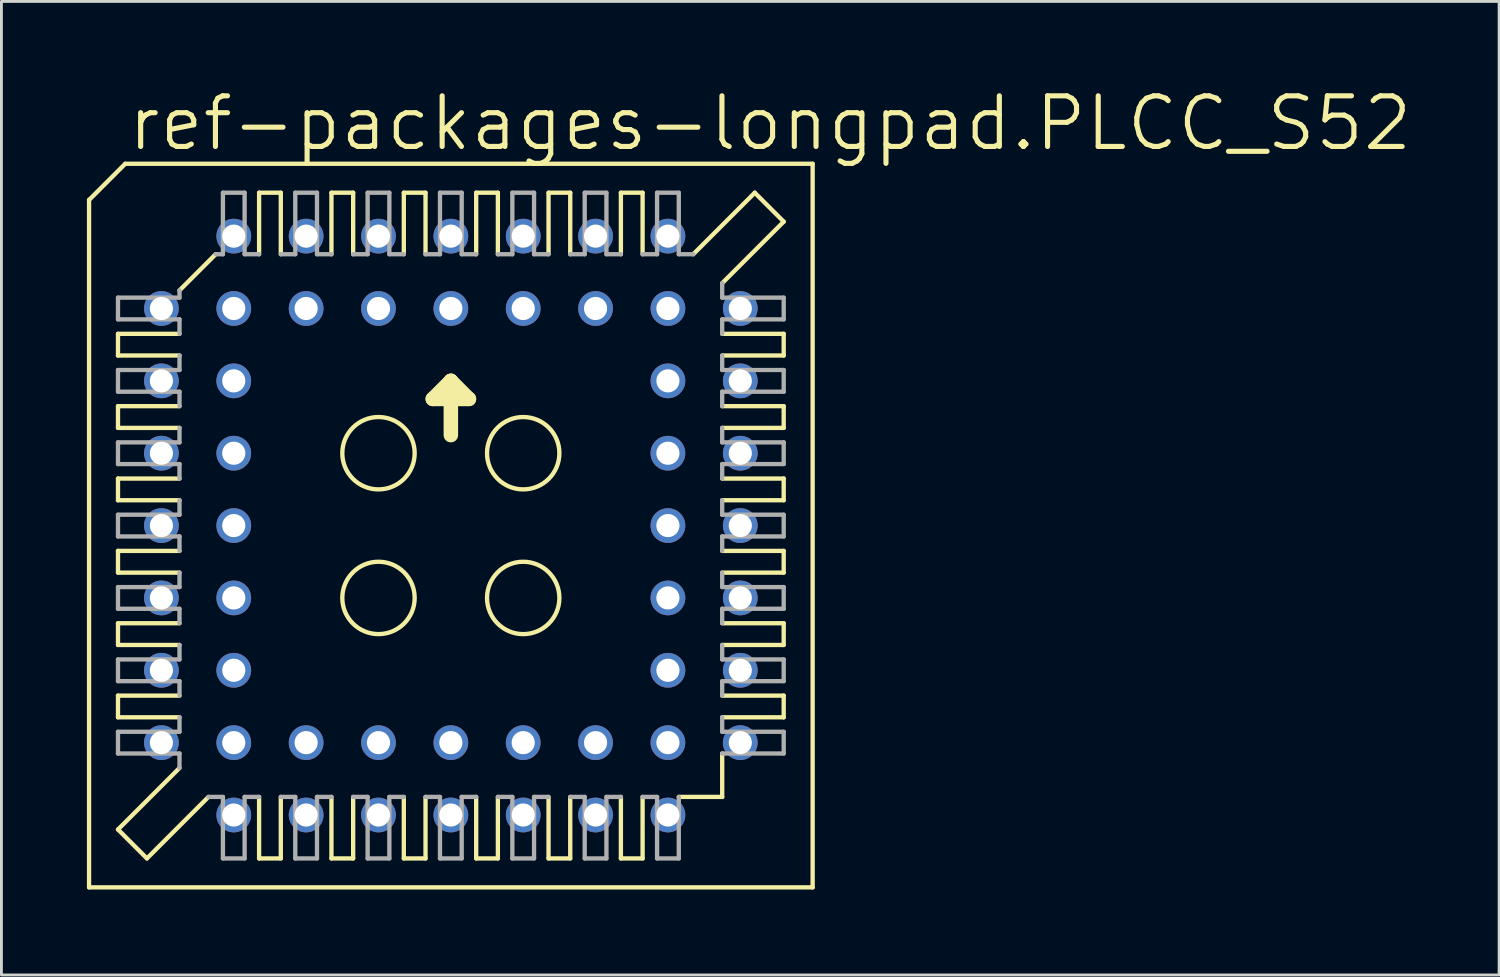
<source format=kicad_pcb>
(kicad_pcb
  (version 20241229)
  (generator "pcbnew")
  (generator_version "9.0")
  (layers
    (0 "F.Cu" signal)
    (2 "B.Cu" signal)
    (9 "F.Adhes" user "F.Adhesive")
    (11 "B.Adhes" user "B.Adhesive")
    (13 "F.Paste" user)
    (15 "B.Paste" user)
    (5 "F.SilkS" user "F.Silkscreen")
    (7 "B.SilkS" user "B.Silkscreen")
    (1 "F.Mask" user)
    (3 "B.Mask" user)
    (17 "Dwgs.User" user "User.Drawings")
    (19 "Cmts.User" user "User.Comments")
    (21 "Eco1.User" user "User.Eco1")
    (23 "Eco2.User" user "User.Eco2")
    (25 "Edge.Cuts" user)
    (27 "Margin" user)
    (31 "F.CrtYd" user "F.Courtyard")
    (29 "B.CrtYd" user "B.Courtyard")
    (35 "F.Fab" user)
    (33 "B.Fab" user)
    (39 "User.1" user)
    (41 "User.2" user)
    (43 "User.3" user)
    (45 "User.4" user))
  (footprint "ref-packages-longpad.PLCC_S52"
    (layer "F.Cu")
    (at 12.776 15.399)
    (property "Reference" "ref-packages-longpad.PLCC_S52" (at -11.43 -13.081 0) (layer "F.SilkS") (effects (font (size 1.778 1.778) (thickness 0.18)) (justify left bottom)))
    (attr through_hole)
    (fp_line (start -12.7 -11.43) (end -12.7 12.7) (stroke (width 0.152) (type default)) (layer "F.SilkS"))
    (fp_line (start -11.684 -6.731) (end -11.684 -5.969) (stroke (width 0.152) (type default)) (layer "F.SilkS"))
    (fp_line (start -11.684 -6.731) (end -9.525 -6.731) (stroke (width 0.152) (type default)) (layer "F.SilkS"))
    (fp_line (start -11.684 -4.191) (end -11.684 -3.429) (stroke (width 0.152) (type default)) (layer "F.SilkS"))
    (fp_line (start -11.684 -4.191) (end -9.525 -4.191) (stroke (width 0.152) (type default)) (layer "F.SilkS"))
    (fp_line (start -11.684 -0.889) (end -11.684 -1.651) (stroke (width 0.152) (type default)) (layer "F.SilkS"))
    (fp_line (start -11.684 -0.889) (end -9.525 -0.889) (stroke (width 0.152) (type default)) (layer "F.SilkS"))
    (fp_line (start -11.684 1.651) (end -11.684 0.889) (stroke (width 0.152) (type default)) (layer "F.SilkS"))
    (fp_line (start -11.684 1.651) (end -9.525 1.651) (stroke (width 0.152) (type default)) (layer "F.SilkS"))
    (fp_line (start -11.684 4.191) (end -11.684 3.429) (stroke (width 0.152) (type default)) (layer "F.SilkS"))
    (fp_line (start -11.684 4.191) (end -9.525 4.191) (stroke (width 0.152) (type default)) (layer "F.SilkS"))
    (fp_line (start -11.684 5.969) (end -11.684 6.731) (stroke (width 0.152) (type default)) (layer "F.SilkS"))
    (fp_line (start -11.684 5.969) (end -9.525 5.969) (stroke (width 0.152) (type default)) (layer "F.SilkS"))
    (fp_line (start -11.684 10.668) (end -9.525 8.509) (stroke (width 0.152) (type default)) (layer "F.SilkS"))
    (fp_line (start -11.43 -12.7) (end -12.7 -11.43) (stroke (width 0.152) (type default)) (layer "F.SilkS"))
    (fp_line (start -10.668 11.684) (end -11.684 10.668) (stroke (width 0.152) (type default)) (layer "F.SilkS"))
    (fp_line (start -10.668 11.684) (end -8.509 9.525) (stroke (width 0.152) (type default)) (layer "F.SilkS"))
    (fp_line (start -9.525 -8.255) (end -8.255 -9.525) (stroke (width 0.152) (type default)) (layer "F.SilkS"))
    (fp_line (start -9.525 -5.969) (end -11.684 -5.969) (stroke (width 0.152) (type default)) (layer "F.SilkS"))
    (fp_line (start -9.525 -3.429) (end -11.684 -3.429) (stroke (width 0.152) (type default)) (layer "F.SilkS"))
    (fp_line (start -9.525 -1.651) (end -11.684 -1.651) (stroke (width 0.152) (type default)) (layer "F.SilkS"))
    (fp_line (start -9.525 0.889) (end -11.684 0.889) (stroke (width 0.152) (type default)) (layer "F.SilkS"))
    (fp_line (start -9.525 3.429) (end -11.684 3.429) (stroke (width 0.152) (type default)) (layer "F.SilkS"))
    (fp_line (start -9.525 6.731) (end -11.684 6.731) (stroke (width 0.152) (type default)) (layer "F.SilkS"))
    (fp_line (start -6.731 -9.525) (end -6.731 -11.684) (stroke (width 0.152) (type default)) (layer "F.SilkS"))
    (fp_line (start -6.731 11.684) (end -6.731 9.525) (stroke (width 0.152) (type default)) (layer "F.SilkS"))
    (fp_line (start -6.731 11.684) (end -5.969 11.684) (stroke (width 0.152) (type default)) (layer "F.SilkS"))
    (fp_line (start -5.969 -11.684) (end -6.731 -11.684) (stroke (width 0.152) (type default)) (layer "F.SilkS"))
    (fp_line (start -5.969 -11.684) (end -5.969 -9.525) (stroke (width 0.152) (type default)) (layer "F.SilkS"))
    (fp_line (start -5.969 9.525) (end -5.969 11.684) (stroke (width 0.152) (type default)) (layer "F.SilkS"))
    (fp_line (start -4.191 -9.525) (end -4.191 -11.684) (stroke (width 0.152) (type default)) (layer "F.SilkS"))
    (fp_line (start -4.191 11.684) (end -4.191 9.525) (stroke (width 0.152) (type default)) (layer "F.SilkS"))
    (fp_line (start -4.191 11.684) (end -3.429 11.684) (stroke (width 0.152) (type default)) (layer "F.SilkS"))
    (fp_line (start -3.429 -11.684) (end -4.191 -11.684) (stroke (width 0.152) (type default)) (layer "F.SilkS"))
    (fp_line (start -3.429 -11.684) (end -3.429 -9.525) (stroke (width 0.152) (type default)) (layer "F.SilkS"))
    (fp_line (start -3.429 9.525) (end -3.429 11.684) (stroke (width 0.152) (type default)) (layer "F.SilkS"))
    (fp_line (start -1.651 -9.525) (end -1.651 -11.684) (stroke (width 0.152) (type default)) (layer "F.SilkS"))
    (fp_line (start -1.651 11.684) (end -1.651 9.525) (stroke (width 0.152) (type default)) (layer "F.SilkS"))
    (fp_line (start -1.651 11.684) (end -0.889 11.684) (stroke (width 0.152) (type default)) (layer "F.SilkS"))
    (fp_line (start -0.889 -11.684) (end -1.651 -11.684) (stroke (width 0.152) (type default)) (layer "F.SilkS"))
    (fp_line (start -0.889 -11.684) (end -0.889 -9.525) (stroke (width 0.152) (type default)) (layer "F.SilkS"))
    (fp_line (start -0.889 9.525) (end -0.889 11.684) (stroke (width 0.152) (type default)) (layer "F.SilkS"))
    (fp_line (start -0.635 -4.445) (end 0 -5.08) (stroke (width 0.508) (type default)) (layer "F.SilkS"))
    (fp_line (start 0 -5.08) (end 0 -3.175) (stroke (width 0.508) (type default)) (layer "F.SilkS"))
    (fp_line (start 0 -5.08) (end 0.635 -4.445) (stroke (width 0.508) (type default)) (layer "F.SilkS"))
    (fp_line (start 0.635 -4.445) (end -0.635 -4.445) (stroke (width 0.508) (type default)) (layer "F.SilkS"))
    (fp_line (start 0.889 -9.525) (end 0.889 -11.684) (stroke (width 0.152) (type default)) (layer "F.SilkS"))
    (fp_line (start 0.889 11.684) (end 0.889 9.525) (stroke (width 0.152) (type default)) (layer "F.SilkS"))
    (fp_line (start 0.889 11.684) (end 1.651 11.684) (stroke (width 0.152) (type default)) (layer "F.SilkS"))
    (fp_line (start 1.651 -11.684) (end 0.889 -11.684) (stroke (width 0.152) (type default)) (layer "F.SilkS"))
    (fp_line (start 1.651 -11.684) (end 1.651 -9.525) (stroke (width 0.152) (type default)) (layer "F.SilkS"))
    (fp_line (start 1.651 9.525) (end 1.651 11.684) (stroke (width 0.152) (type default)) (layer "F.SilkS"))
    (fp_line (start 3.429 -9.525) (end 3.429 -11.684) (stroke (width 0.152) (type default)) (layer "F.SilkS"))
    (fp_line (start 3.429 11.684) (end 3.429 9.525) (stroke (width 0.152) (type default)) (layer "F.SilkS"))
    (fp_line (start 3.429 11.684) (end 4.191 11.684) (stroke (width 0.152) (type default)) (layer "F.SilkS"))
    (fp_line (start 4.191 -11.684) (end 3.429 -11.684) (stroke (width 0.152) (type default)) (layer "F.SilkS"))
    (fp_line (start 4.191 -11.684) (end 4.191 -9.525) (stroke (width 0.152) (type default)) (layer "F.SilkS"))
    (fp_line (start 4.191 9.525) (end 4.191 11.684) (stroke (width 0.152) (type default)) (layer "F.SilkS"))
    (fp_line (start 5.969 -9.525) (end 5.969 -11.684) (stroke (width 0.152) (type default)) (layer "F.SilkS"))
    (fp_line (start 5.969 11.684) (end 5.969 9.525) (stroke (width 0.152) (type default)) (layer "F.SilkS"))
    (fp_line (start 5.969 11.684) (end 6.731 11.684) (stroke (width 0.152) (type default)) (layer "F.SilkS"))
    (fp_line (start 6.731 -11.684) (end 5.969 -11.684) (stroke (width 0.152) (type default)) (layer "F.SilkS"))
    (fp_line (start 6.731 -11.684) (end 6.731 -9.525) (stroke (width 0.152) (type default)) (layer "F.SilkS"))
    (fp_line (start 6.731 9.525) (end 6.731 11.684) (stroke (width 0.152) (type default)) (layer "F.SilkS"))
    (fp_line (start 8.001 9.525) (end 9.525 9.525) (stroke (width 0.152) (type default)) (layer "F.SilkS"))
    (fp_line (start 9.525 -6.731) (end 11.684 -6.731) (stroke (width 0.152) (type default)) (layer "F.SilkS"))
    (fp_line (start 9.525 -3.429) (end 11.684 -3.429) (stroke (width 0.152) (type default)) (layer "F.SilkS"))
    (fp_line (start 9.525 -0.889) (end 11.684 -0.889) (stroke (width 0.152) (type default)) (layer "F.SilkS"))
    (fp_line (start 9.525 1.651) (end 11.684 1.651) (stroke (width 0.152) (type default)) (layer "F.SilkS"))
    (fp_line (start 9.525 3.429) (end 11.684 3.429) (stroke (width 0.152) (type default)) (layer "F.SilkS"))
    (fp_line (start 9.525 5.969) (end 11.684 5.969) (stroke (width 0.152) (type default)) (layer "F.SilkS"))
    (fp_line (start 9.525 9.525) (end 9.525 8.001) (stroke (width 0.152) (type default)) (layer "F.SilkS"))
    (fp_line (start 10.668 -11.684) (end 8.509 -9.525) (stroke (width 0.152) (type default)) (layer "F.SilkS"))
    (fp_line (start 11.684 -10.668) (end 9.525 -8.509) (stroke (width 0.152) (type default)) (layer "F.SilkS"))
    (fp_line (start 11.684 -10.668) (end 10.668 -11.684) (stroke (width 0.152) (type default)) (layer "F.SilkS"))
    (fp_line (start 11.684 -5.969) (end 9.525 -5.969) (stroke (width 0.152) (type default)) (layer "F.SilkS"))
    (fp_line (start 11.684 -5.969) (end 11.684 -6.731) (stroke (width 0.152) (type default)) (layer "F.SilkS"))
    (fp_line (start 11.684 -4.191) (end 9.525 -4.191) (stroke (width 0.152) (type default)) (layer "F.SilkS"))
    (fp_line (start 11.684 -4.191) (end 11.684 -3.429) (stroke (width 0.152) (type default)) (layer "F.SilkS"))
    (fp_line (start 11.684 -1.651) (end 9.525 -1.651) (stroke (width 0.152) (type default)) (layer "F.SilkS"))
    (fp_line (start 11.684 -1.651) (end 11.684 -0.889) (stroke (width 0.152) (type default)) (layer "F.SilkS"))
    (fp_line (start 11.684 0.889) (end 9.525 0.889) (stroke (width 0.152) (type default)) (layer "F.SilkS"))
    (fp_line (start 11.684 0.889) (end 11.684 1.651) (stroke (width 0.152) (type default)) (layer "F.SilkS"))
    (fp_line (start 11.684 4.191) (end 9.525 4.191) (stroke (width 0.152) (type default)) (layer "F.SilkS"))
    (fp_line (start 11.684 4.191) (end 11.684 3.429) (stroke (width 0.152) (type default)) (layer "F.SilkS"))
    (fp_line (start 11.684 6.731) (end 9.525 6.731) (stroke (width 0.152) (type default)) (layer "F.SilkS"))
    (fp_line (start 11.684 6.731) (end 11.684 5.969) (stroke (width 0.152) (type default)) (layer "F.SilkS"))
    (fp_line (start 12.7 -12.7) (end -11.43 -12.7) (stroke (width 0.152) (type default)) (layer "F.SilkS"))
    (fp_line (start 12.7 12.7) (end -12.7 12.7) (stroke (width 0.152) (type default)) (layer "F.SilkS"))
    (fp_line (start 12.7 12.7) (end 12.7 -12.7) (stroke (width 0.152) (type default)) (layer "F.SilkS"))
    (fp_circle (center -2.54 -2.54) (end -1.27 -2.54) (stroke (width 0.152) (type default)) (fill no) (layer "F.SilkS"))
    (fp_circle (center -2.54 2.54) (end -1.27 2.54) (stroke (width 0.152) (type default)) (fill no) (layer "F.SilkS"))
    (fp_circle (center 2.54 -2.54) (end 3.81 -2.54) (stroke (width 0.152) (type default)) (fill no) (layer "F.SilkS"))
    (fp_circle (center 2.54 2.54) (end 3.81 2.54) (stroke (width 0.152) (type default)) (fill no) (layer "F.SilkS"))
    (fp_line (start -11.684 -8.001) (end -11.684 -7.239) (stroke (width 0.152) (type default)) (layer "F.Fab"))
    (fp_line (start -11.684 -8.001) (end -9.525 -8.001) (stroke (width 0.152) (type default)) (layer "F.Fab"))
    (fp_line (start -11.684 -5.461) (end -11.684 -4.699) (stroke (width 0.152) (type default)) (layer "F.Fab"))
    (fp_line (start -11.684 -5.461) (end -9.525 -5.461) (stroke (width 0.152) (type default)) (layer "F.Fab"))
    (fp_line (start -11.684 -2.921) (end -11.684 -2.159) (stroke (width 0.152) (type default)) (layer "F.Fab"))
    (fp_line (start -11.684 -2.921) (end -9.525 -2.921) (stroke (width 0.152) (type default)) (layer "F.Fab"))
    (fp_line (start -11.684 0.381) (end -11.684 -0.381) (stroke (width 0.152) (type default)) (layer "F.Fab"))
    (fp_line (start -11.684 0.381) (end -9.525 0.381) (stroke (width 0.152) (type default)) (layer "F.Fab"))
    (fp_line (start -11.684 2.921) (end -11.684 2.159) (stroke (width 0.152) (type default)) (layer "F.Fab"))
    (fp_line (start -11.684 2.921) (end -9.525 2.921) (stroke (width 0.152) (type default)) (layer "F.Fab"))
    (fp_line (start -11.684 5.461) (end -11.684 4.699) (stroke (width 0.152) (type default)) (layer "F.Fab"))
    (fp_line (start -11.684 5.461) (end -9.525 5.461) (stroke (width 0.152) (type default)) (layer "F.Fab"))
    (fp_line (start -11.684 8.001) (end -11.684 7.239) (stroke (width 0.152) (type default)) (layer "F.Fab"))
    (fp_line (start -11.684 8.001) (end -9.525 8.001) (stroke (width 0.152) (type default)) (layer "F.Fab"))
    (fp_line (start -9.525 -8.001) (end -9.525 -8.255) (stroke (width 0.152) (type default)) (layer "F.Fab"))
    (fp_line (start -9.525 -7.239) (end -11.684 -7.239) (stroke (width 0.152) (type default)) (layer "F.Fab"))
    (fp_line (start -9.525 -7.239) (end -9.525 -6.731) (stroke (width 0.152) (type default)) (layer "F.Fab"))
    (fp_line (start -9.525 -5.969) (end -9.525 -5.461) (stroke (width 0.152) (type default)) (layer "F.Fab"))
    (fp_line (start -9.525 -4.699) (end -11.684 -4.699) (stroke (width 0.152) (type default)) (layer "F.Fab"))
    (fp_line (start -9.525 -4.699) (end -9.525 -4.191) (stroke (width 0.152) (type default)) (layer "F.Fab"))
    (fp_line (start -9.525 -3.429) (end -9.525 -2.921) (stroke (width 0.152) (type default)) (layer "F.Fab"))
    (fp_line (start -9.525 -2.159) (end -11.684 -2.159) (stroke (width 0.152) (type default)) (layer "F.Fab"))
    (fp_line (start -9.525 -2.159) (end -9.525 -1.651) (stroke (width 0.152) (type default)) (layer "F.Fab"))
    (fp_line (start -9.525 -0.381) (end -11.684 -0.381) (stroke (width 0.152) (type default)) (layer "F.Fab"))
    (fp_line (start -9.525 -0.381) (end -9.525 -0.889) (stroke (width 0.152) (type default)) (layer "F.Fab"))
    (fp_line (start -9.525 0.889) (end -9.525 0.381) (stroke (width 0.152) (type default)) (layer "F.Fab"))
    (fp_line (start -9.525 2.159) (end -11.684 2.159) (stroke (width 0.152) (type default)) (layer "F.Fab"))
    (fp_line (start -9.525 2.159) (end -9.525 1.651) (stroke (width 0.152) (type default)) (layer "F.Fab"))
    (fp_line (start -9.525 3.429) (end -9.525 2.921) (stroke (width 0.152) (type default)) (layer "F.Fab"))
    (fp_line (start -9.525 4.699) (end -11.684 4.699) (stroke (width 0.152) (type default)) (layer "F.Fab"))
    (fp_line (start -9.525 4.699) (end -9.525 4.191) (stroke (width 0.152) (type default)) (layer "F.Fab"))
    (fp_line (start -9.525 5.461) (end -9.525 5.969) (stroke (width 0.152) (type default)) (layer "F.Fab"))
    (fp_line (start -9.525 6.731) (end -9.525 7.239) (stroke (width 0.152) (type default)) (layer "F.Fab"))
    (fp_line (start -9.525 7.239) (end -11.684 7.239) (stroke (width 0.152) (type default)) (layer "F.Fab"))
    (fp_line (start -9.525 8.509) (end -9.525 8.001) (stroke (width 0.152) (type default)) (layer "F.Fab"))
    (fp_line (start -8.509 9.525) (end -8.001 9.525) (stroke (width 0.152) (type default)) (layer "F.Fab"))
    (fp_line (start -8.255 -9.525) (end -8.001 -9.525) (stroke (width 0.152) (type default)) (layer "F.Fab"))
    (fp_line (start -8.001 -9.525) (end -8.001 -11.684) (stroke (width 0.152) (type default)) (layer "F.Fab"))
    (fp_line (start -8.001 11.684) (end -8.001 9.525) (stroke (width 0.152) (type default)) (layer "F.Fab"))
    (fp_line (start -8.001 11.684) (end -7.239 11.684) (stroke (width 0.152) (type default)) (layer "F.Fab"))
    (fp_line (start -7.239 -11.684) (end -8.001 -11.684) (stroke (width 0.152) (type default)) (layer "F.Fab"))
    (fp_line (start -7.239 -11.684) (end -7.239 -9.525) (stroke (width 0.152) (type default)) (layer "F.Fab"))
    (fp_line (start -7.239 9.525) (end -7.239 11.684) (stroke (width 0.152) (type default)) (layer "F.Fab"))
    (fp_line (start -7.239 9.525) (end -6.731 9.525) (stroke (width 0.152) (type default)) (layer "F.Fab"))
    (fp_line (start -6.731 -9.525) (end -7.239 -9.525) (stroke (width 0.152) (type default)) (layer "F.Fab"))
    (fp_line (start -5.969 9.525) (end -5.461 9.525) (stroke (width 0.152) (type default)) (layer "F.Fab"))
    (fp_line (start -5.461 -9.525) (end -5.969 -9.525) (stroke (width 0.152) (type default)) (layer "F.Fab"))
    (fp_line (start -5.461 -9.525) (end -5.461 -11.684) (stroke (width 0.152) (type default)) (layer "F.Fab"))
    (fp_line (start -5.461 11.684) (end -5.461 9.525) (stroke (width 0.152) (type default)) (layer "F.Fab"))
    (fp_line (start -5.461 11.684) (end -4.699 11.684) (stroke (width 0.152) (type default)) (layer "F.Fab"))
    (fp_line (start -4.699 -11.684) (end -5.461 -11.684) (stroke (width 0.152) (type default)) (layer "F.Fab"))
    (fp_line (start -4.699 -11.684) (end -4.699 -9.525) (stroke (width 0.152) (type default)) (layer "F.Fab"))
    (fp_line (start -4.699 9.525) (end -4.699 11.684) (stroke (width 0.152) (type default)) (layer "F.Fab"))
    (fp_line (start -4.699 9.525) (end -4.191 9.525) (stroke (width 0.152) (type default)) (layer "F.Fab"))
    (fp_line (start -4.191 -9.525) (end -4.699 -9.525) (stroke (width 0.152) (type default)) (layer "F.Fab"))
    (fp_line (start -3.429 9.525) (end -2.921 9.525) (stroke (width 0.152) (type default)) (layer "F.Fab"))
    (fp_line (start -2.921 -9.525) (end -3.429 -9.525) (stroke (width 0.152) (type default)) (layer "F.Fab"))
    (fp_line (start -2.921 -9.525) (end -2.921 -11.684) (stroke (width 0.152) (type default)) (layer "F.Fab"))
    (fp_line (start -2.921 11.684) (end -2.921 9.525) (stroke (width 0.152) (type default)) (layer "F.Fab"))
    (fp_line (start -2.921 11.684) (end -2.159 11.684) (stroke (width 0.152) (type default)) (layer "F.Fab"))
    (fp_line (start -2.159 -11.684) (end -2.921 -11.684) (stroke (width 0.152) (type default)) (layer "F.Fab"))
    (fp_line (start -2.159 -11.684) (end -2.159 -9.525) (stroke (width 0.152) (type default)) (layer "F.Fab"))
    (fp_line (start -2.159 9.525) (end -2.159 11.684) (stroke (width 0.152) (type default)) (layer "F.Fab"))
    (fp_line (start -2.159 9.525) (end -1.651 9.525) (stroke (width 0.152) (type default)) (layer "F.Fab"))
    (fp_line (start -1.651 -9.525) (end -2.159 -9.525) (stroke (width 0.152) (type default)) (layer "F.Fab"))
    (fp_line (start -0.889 9.525) (end -0.381 9.525) (stroke (width 0.152) (type default)) (layer "F.Fab"))
    (fp_line (start -0.381 -9.525) (end -0.889 -9.525) (stroke (width 0.152) (type default)) (layer "F.Fab"))
    (fp_line (start -0.381 -9.525) (end -0.381 -11.684) (stroke (width 0.152) (type default)) (layer "F.Fab"))
    (fp_line (start -0.381 11.684) (end -0.381 9.525) (stroke (width 0.152) (type default)) (layer "F.Fab"))
    (fp_line (start -0.381 11.684) (end 0.381 11.684) (stroke (width 0.152) (type default)) (layer "F.Fab"))
    (fp_line (start 0.381 -11.684) (end -0.381 -11.684) (stroke (width 0.152) (type default)) (layer "F.Fab"))
    (fp_line (start 0.381 -11.684) (end 0.381 -9.525) (stroke (width 0.152) (type default)) (layer "F.Fab"))
    (fp_line (start 0.381 9.525) (end 0.381 11.684) (stroke (width 0.152) (type default)) (layer "F.Fab"))
    (fp_line (start 0.381 9.525) (end 0.889 9.525) (stroke (width 0.152) (type default)) (layer "F.Fab"))
    (fp_line (start 0.889 -9.525) (end 0.381 -9.525) (stroke (width 0.152) (type default)) (layer "F.Fab"))
    (fp_line (start 1.651 9.525) (end 2.159 9.525) (stroke (width 0.152) (type default)) (layer "F.Fab"))
    (fp_line (start 2.159 -9.525) (end 1.651 -9.525) (stroke (width 0.152) (type default)) (layer "F.Fab"))
    (fp_line (start 2.159 -9.525) (end 2.159 -11.684) (stroke (width 0.152) (type default)) (layer "F.Fab"))
    (fp_line (start 2.159 11.684) (end 2.159 9.525) (stroke (width 0.152) (type default)) (layer "F.Fab"))
    (fp_line (start 2.159 11.684) (end 2.921 11.684) (stroke (width 0.152) (type default)) (layer "F.Fab"))
    (fp_line (start 2.921 -11.684) (end 2.159 -11.684) (stroke (width 0.152) (type default)) (layer "F.Fab"))
    (fp_line (start 2.921 -11.684) (end 2.921 -9.525) (stroke (width 0.152) (type default)) (layer "F.Fab"))
    (fp_line (start 2.921 9.525) (end 2.921 11.684) (stroke (width 0.152) (type default)) (layer "F.Fab"))
    (fp_line (start 2.921 9.525) (end 3.429 9.525) (stroke (width 0.152) (type default)) (layer "F.Fab"))
    (fp_line (start 3.429 -9.525) (end 2.921 -9.525) (stroke (width 0.152) (type default)) (layer "F.Fab"))
    (fp_line (start 4.191 9.525) (end 4.699 9.525) (stroke (width 0.152) (type default)) (layer "F.Fab"))
    (fp_line (start 4.699 -9.525) (end 4.191 -9.525) (stroke (width 0.152) (type default)) (layer "F.Fab"))
    (fp_line (start 4.699 -9.525) (end 4.699 -11.684) (stroke (width 0.152) (type default)) (layer "F.Fab"))
    (fp_line (start 4.699 11.684) (end 4.699 9.525) (stroke (width 0.152) (type default)) (layer "F.Fab"))
    (fp_line (start 4.699 11.684) (end 5.461 11.684) (stroke (width 0.152) (type default)) (layer "F.Fab"))
    (fp_line (start 5.461 -11.684) (end 4.699 -11.684) (stroke (width 0.152) (type default)) (layer "F.Fab"))
    (fp_line (start 5.461 -11.684) (end 5.461 -9.525) (stroke (width 0.152) (type default)) (layer "F.Fab"))
    (fp_line (start 5.461 9.525) (end 5.461 11.684) (stroke (width 0.152) (type default)) (layer "F.Fab"))
    (fp_line (start 5.461 9.525) (end 5.969 9.525) (stroke (width 0.152) (type default)) (layer "F.Fab"))
    (fp_line (start 5.969 -9.525) (end 5.461 -9.525) (stroke (width 0.152) (type default)) (layer "F.Fab"))
    (fp_line (start 6.731 9.525) (end 7.239 9.525) (stroke (width 0.152) (type default)) (layer "F.Fab"))
    (fp_line (start 7.239 -9.525) (end 6.731 -9.525) (stroke (width 0.152) (type default)) (layer "F.Fab"))
    (fp_line (start 7.239 -9.525) (end 7.239 -11.684) (stroke (width 0.152) (type default)) (layer "F.Fab"))
    (fp_line (start 7.239 11.684) (end 7.239 9.525) (stroke (width 0.152) (type default)) (layer "F.Fab"))
    (fp_line (start 7.239 11.684) (end 8.001 11.684) (stroke (width 0.152) (type default)) (layer "F.Fab"))
    (fp_line (start 8.001 -11.684) (end 7.239 -11.684) (stroke (width 0.152) (type default)) (layer "F.Fab"))
    (fp_line (start 8.001 -11.684) (end 8.001 -9.525) (stroke (width 0.152) (type default)) (layer "F.Fab"))
    (fp_line (start 8.001 9.525) (end 8.001 11.684) (stroke (width 0.152) (type default)) (layer "F.Fab"))
    (fp_line (start 8.509 -9.525) (end 8.001 -9.525) (stroke (width 0.152) (type default)) (layer "F.Fab"))
    (fp_line (start 9.525 -8.509) (end 9.525 -8.001) (stroke (width 0.152) (type default)) (layer "F.Fab"))
    (fp_line (start 9.525 -7.239) (end 11.684 -7.239) (stroke (width 0.152) (type default)) (layer "F.Fab"))
    (fp_line (start 9.525 -6.731) (end 9.525 -7.239) (stroke (width 0.152) (type default)) (layer "F.Fab"))
    (fp_line (start 9.525 -5.461) (end 9.525 -5.969) (stroke (width 0.152) (type default)) (layer "F.Fab"))
    (fp_line (start 9.525 -4.699) (end 9.525 -4.191) (stroke (width 0.152) (type default)) (layer "F.Fab"))
    (fp_line (start 9.525 -4.699) (end 11.684 -4.699) (stroke (width 0.152) (type default)) (layer "F.Fab"))
    (fp_line (start 9.525 -3.429) (end 9.525 -2.921) (stroke (width 0.152) (type default)) (layer "F.Fab"))
    (fp_line (start 9.525 -2.159) (end 9.525 -1.651) (stroke (width 0.152) (type default)) (layer "F.Fab"))
    (fp_line (start 9.525 -2.159) (end 11.684 -2.159) (stroke (width 0.152) (type default)) (layer "F.Fab"))
    (fp_line (start 9.525 -0.889) (end 9.525 -0.381) (stroke (width 0.152) (type default)) (layer "F.Fab"))
    (fp_line (start 9.525 0.381) (end 9.525 0.889) (stroke (width 0.152) (type default)) (layer "F.Fab"))
    (fp_line (start 9.525 0.381) (end 11.684 0.381) (stroke (width 0.152) (type default)) (layer "F.Fab"))
    (fp_line (start 9.525 1.651) (end 9.525 2.159) (stroke (width 0.152) (type default)) (layer "F.Fab"))
    (fp_line (start 9.525 2.159) (end 11.684 2.159) (stroke (width 0.152) (type default)) (layer "F.Fab"))
    (fp_line (start 9.525 3.429) (end 9.525 2.921) (stroke (width 0.152) (type default)) (layer "F.Fab"))
    (fp_line (start 9.525 4.699) (end 9.525 4.191) (stroke (width 0.152) (type default)) (layer "F.Fab"))
    (fp_line (start 9.525 4.699) (end 11.684 4.699) (stroke (width 0.152) (type default)) (layer "F.Fab"))
    (fp_line (start 9.525 5.969) (end 9.525 5.461) (stroke (width 0.152) (type default)) (layer "F.Fab"))
    (fp_line (start 9.525 7.239) (end 9.525 6.731) (stroke (width 0.152) (type default)) (layer "F.Fab"))
    (fp_line (start 9.525 7.239) (end 11.684 7.239) (stroke (width 0.152) (type default)) (layer "F.Fab"))
    (fp_line (start 11.684 -8.001) (end 9.525 -8.001) (stroke (width 0.152) (type default)) (layer "F.Fab"))
    (fp_line (start 11.684 -8.001) (end 11.684 -7.239) (stroke (width 0.152) (type default)) (layer "F.Fab"))
    (fp_line (start 11.684 -5.461) (end 9.525 -5.461) (stroke (width 0.152) (type default)) (layer "F.Fab"))
    (fp_line (start 11.684 -5.461) (end 11.684 -4.699) (stroke (width 0.152) (type default)) (layer "F.Fab"))
    (fp_line (start 11.684 -2.921) (end 9.525 -2.921) (stroke (width 0.152) (type default)) (layer "F.Fab"))
    (fp_line (start 11.684 -2.921) (end 11.684 -2.159) (stroke (width 0.152) (type default)) (layer "F.Fab"))
    (fp_line (start 11.684 -0.381) (end 9.525 -0.381) (stroke (width 0.152) (type default)) (layer "F.Fab"))
    (fp_line (start 11.684 -0.381) (end 11.684 0.381) (stroke (width 0.152) (type default)) (layer "F.Fab"))
    (fp_line (start 11.684 2.921) (end 9.525 2.921) (stroke (width 0.152) (type default)) (layer "F.Fab"))
    (fp_line (start 11.684 2.921) (end 11.684 2.159) (stroke (width 0.152) (type default)) (layer "F.Fab"))
    (fp_line (start 11.684 5.461) (end 9.525 5.461) (stroke (width 0.152) (type default)) (layer "F.Fab"))
    (fp_line (start 11.684 5.461) (end 11.684 4.699) (stroke (width 0.152) (type default)) (layer "F.Fab"))
    (fp_line (start 11.684 8.001) (end 9.525 8.001) (stroke (width 0.152) (type default)) (layer "F.Fab"))
    (fp_line (start 11.684 8.001) (end 11.684 7.239) (stroke (width 0.152) (type default)) (layer "F.Fab"))
    (pad "1" thru_hole circle (at 0 -10.16) (size 1.219 1.219) (drill 0.813) (layers "*.Cu" "*.Mask"))
    (pad "2" thru_hole circle (at 0 -7.62) (size 1.219 1.219) (drill 0.813) (layers "*.Cu" "*.Mask"))
    (pad "3" thru_hole circle (at -2.54 -10.16) (size 1.219 1.219) (drill 0.813) (layers "*.Cu" "*.Mask"))
    (pad "4" thru_hole circle (at -2.54 -7.62) (size 1.219 1.219) (drill 0.813) (layers "*.Cu" "*.Mask"))
    (pad "5" thru_hole circle (at -5.08 -10.16) (size 1.219 1.219) (drill 0.813) (layers "*.Cu" "*.Mask"))
    (pad "6" thru_hole circle (at -5.08 -7.62) (size 1.219 1.219) (drill 0.813) (layers "*.Cu" "*.Mask"))
    (pad "7" thru_hole circle (at -7.62 -10.16) (size 1.219 1.219) (drill 0.813) (layers "*.Cu" "*.Mask"))
    (pad "8" thru_hole circle (at -10.16 -7.62) (size 1.219 1.219) (drill 0.813) (layers "*.Cu" "*.Mask"))
    (pad "9" thru_hole circle (at -7.62 -7.62) (size 1.219 1.219) (drill 0.813) (layers "*.Cu" "*.Mask"))
    (pad "10" thru_hole circle (at -10.16 -5.08) (size 1.219 1.219) (drill 0.813) (layers "*.Cu" "*.Mask"))
    (pad "11" thru_hole circle (at -7.62 -5.08) (size 1.219 1.219) (drill 0.813) (layers "*.Cu" "*.Mask"))
    (pad "12" thru_hole circle (at -10.16 -2.54) (size 1.219 1.219) (drill 0.813) (layers "*.Cu" "*.Mask"))
    (pad "13" thru_hole circle (at -7.62 -2.54) (size 1.219 1.219) (drill 0.813) (layers "*.Cu" "*.Mask"))
    (pad "14" thru_hole circle (at -10.16 0) (size 1.219 1.219) (drill 0.813) (layers "*.Cu" "*.Mask"))
    (pad "15" thru_hole circle (at -7.62 0) (size 1.219 1.219) (drill 0.813) (layers "*.Cu" "*.Mask"))
    (pad "16" thru_hole circle (at -10.16 2.54) (size 1.219 1.219) (drill 0.813) (layers "*.Cu" "*.Mask"))
    (pad "17" thru_hole circle (at -7.62 2.54) (size 1.219 1.219) (drill 0.813) (layers "*.Cu" "*.Mask"))
    (pad "18" thru_hole circle (at -10.16 5.08) (size 1.219 1.219) (drill 0.813) (layers "*.Cu" "*.Mask"))
    (pad "19" thru_hole circle (at -7.62 5.08) (size 1.219 1.219) (drill 0.813) (layers "*.Cu" "*.Mask"))
    (pad "20" thru_hole circle (at -10.16 7.62) (size 1.219 1.219) (drill 0.813) (layers "*.Cu" "*.Mask"))
    (pad "21" thru_hole circle (at -7.62 10.16) (size 1.219 1.219) (drill 0.813) (layers "*.Cu" "*.Mask"))
    (pad "22" thru_hole circle (at -7.62 7.62) (size 1.219 1.219) (drill 0.813) (layers "*.Cu" "*.Mask"))
    (pad "23" thru_hole circle (at -5.08 10.16) (size 1.219 1.219) (drill 0.813) (layers "*.Cu" "*.Mask"))
    (pad "24" thru_hole circle (at -5.08 7.62) (size 1.219 1.219) (drill 0.813) (layers "*.Cu" "*.Mask"))
    (pad "25" thru_hole circle (at -2.54 10.16) (size 1.219 1.219) (drill 0.813) (layers "*.Cu" "*.Mask"))
    (pad "26" thru_hole circle (at -2.54 7.62) (size 1.219 1.219) (drill 0.813) (layers "*.Cu" "*.Mask"))
    (pad "27" thru_hole circle (at 0 10.16) (size 1.219 1.219) (drill 0.813) (layers "*.Cu" "*.Mask"))
    (pad "28" thru_hole circle (at 0 7.62) (size 1.219 1.219) (drill 0.813) (layers "*.Cu" "*.Mask"))
    (pad "29" thru_hole circle (at 2.54 10.16) (size 1.219 1.219) (drill 0.813) (layers "*.Cu" "*.Mask"))
    (pad "30" thru_hole circle (at 2.54 7.62) (size 1.219 1.219) (drill 0.813) (layers "*.Cu" "*.Mask"))
    (pad "31" thru_hole circle (at 5.08 10.16) (size 1.219 1.219) (drill 0.813) (layers "*.Cu" "*.Mask"))
    (pad "32" thru_hole circle (at 5.08 7.62) (size 1.219 1.219) (drill 0.813) (layers "*.Cu" "*.Mask"))
    (pad "33" thru_hole circle (at 7.62 10.16) (size 1.219 1.219) (drill 0.813) (layers "*.Cu" "*.Mask"))
    (pad "34" thru_hole circle (at 10.16 7.62) (size 1.219 1.219) (drill 0.813) (layers "*.Cu" "*.Mask"))
    (pad "35" thru_hole circle (at 7.62 7.62) (size 1.219 1.219) (drill 0.813) (layers "*.Cu" "*.Mask"))
    (pad "36" thru_hole circle (at 10.16 5.08) (size 1.219 1.219) (drill 0.813) (layers "*.Cu" "*.Mask"))
    (pad "37" thru_hole circle (at 7.62 5.08) (size 1.219 1.219) (drill 0.813) (layers "*.Cu" "*.Mask"))
    (pad "38" thru_hole circle (at 10.16 2.54) (size 1.219 1.219) (drill 0.813) (layers "*.Cu" "*.Mask"))
    (pad "39" thru_hole circle (at 7.62 2.54) (size 1.219 1.219) (drill 0.813) (layers "*.Cu" "*.Mask"))
    (pad "40" thru_hole circle (at 10.16 0) (size 1.219 1.219) (drill 0.813) (layers "*.Cu" "*.Mask"))
    (pad "41" thru_hole circle (at 7.62 0) (size 1.219 1.219) (drill 0.813) (layers "*.Cu" "*.Mask"))
    (pad "42" thru_hole circle (at 10.16 -2.54) (size 1.219 1.219) (drill 0.813) (layers "*.Cu" "*.Mask"))
    (pad "43" thru_hole circle (at 7.62 -2.54) (size 1.219 1.219) (drill 0.813) (layers "*.Cu" "*.Mask"))
    (pad "44" thru_hole circle (at 10.16 -5.08) (size 1.219 1.219) (drill 0.813) (layers "*.Cu" "*.Mask"))
    (pad "45" thru_hole circle (at 7.62 -5.08) (size 1.219 1.219) (drill 0.813) (layers "*.Cu" "*.Mask"))
    (pad "46" thru_hole circle (at 10.16 -7.62) (size 1.219 1.219) (drill 0.813) (layers "*.Cu" "*.Mask"))
    (pad "47" thru_hole circle (at 7.62 -10.16) (size 1.219 1.219) (drill 0.813) (layers "*.Cu" "*.Mask"))
    (pad "48" thru_hole circle (at 7.62 -7.62) (size 1.219 1.219) (drill 0.813) (layers "*.Cu" "*.Mask"))
    (pad "49" thru_hole circle (at 5.08 -10.16) (size 1.219 1.219) (drill 0.813) (layers "*.Cu" "*.Mask"))
    (pad "50" thru_hole circle (at 5.08 -7.62) (size 1.219 1.219) (drill 0.813) (layers "*.Cu" "*.Mask"))
    (pad "51" thru_hole circle (at 2.54 -10.16) (size 1.219 1.219) (drill 0.813) (layers "*.Cu" "*.Mask"))
    (pad "52" thru_hole circle (at 2.54 -7.62) (size 1.219 1.219) (drill 0.813) (layers "*.Cu" "*.Mask")))
  (gr_rect
    (start -3 -3)
    (end 49.573 31.175)
    (stroke (width 0.1) (type default))
    (fill no)
    (layer "Edge.Cuts")))
</source>
